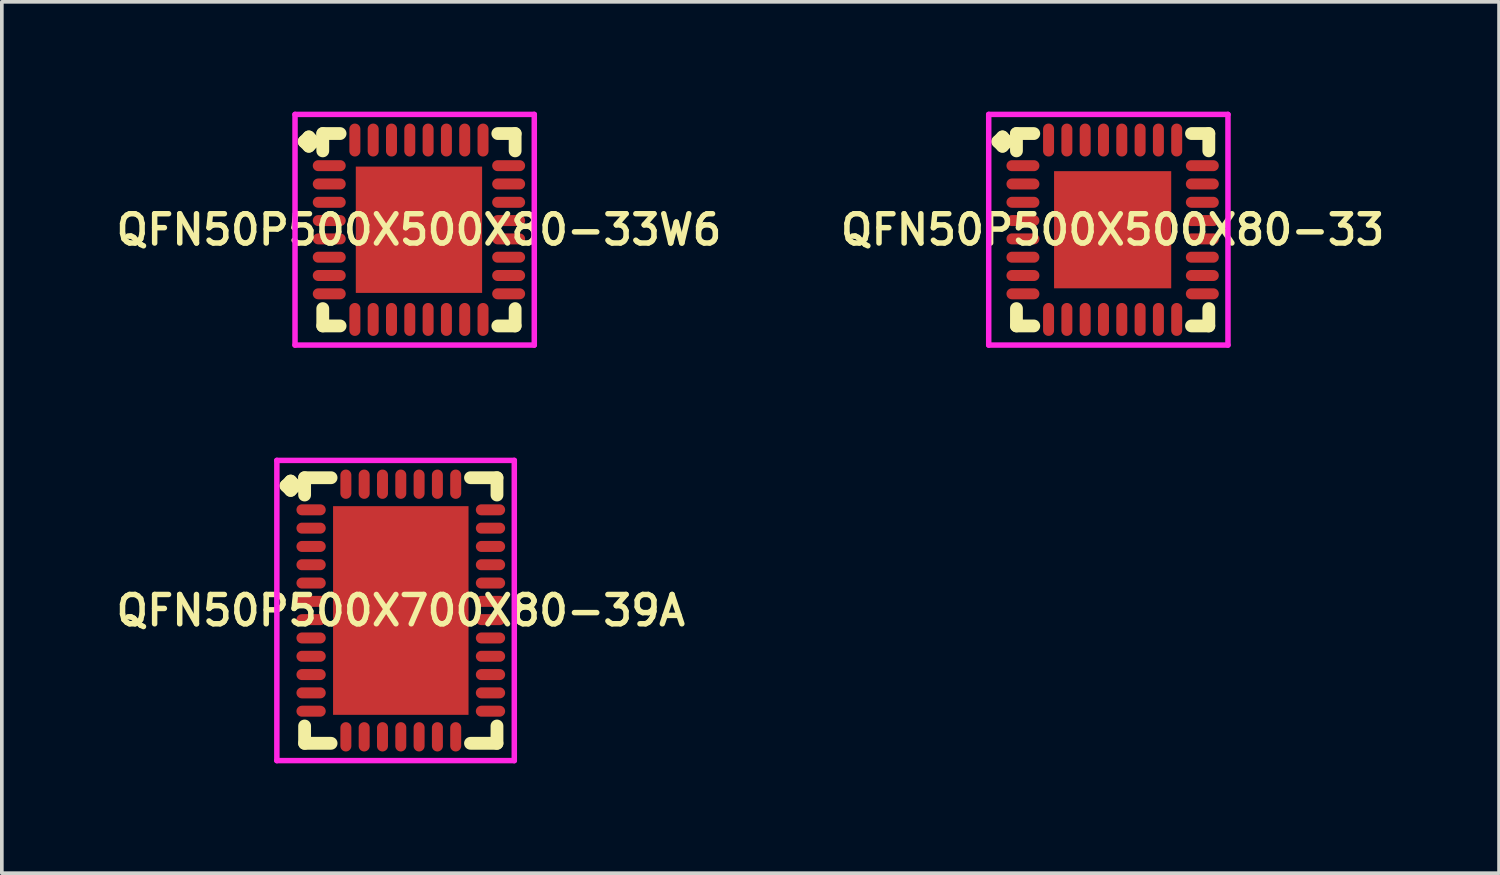
<source format=kicad_pcb>
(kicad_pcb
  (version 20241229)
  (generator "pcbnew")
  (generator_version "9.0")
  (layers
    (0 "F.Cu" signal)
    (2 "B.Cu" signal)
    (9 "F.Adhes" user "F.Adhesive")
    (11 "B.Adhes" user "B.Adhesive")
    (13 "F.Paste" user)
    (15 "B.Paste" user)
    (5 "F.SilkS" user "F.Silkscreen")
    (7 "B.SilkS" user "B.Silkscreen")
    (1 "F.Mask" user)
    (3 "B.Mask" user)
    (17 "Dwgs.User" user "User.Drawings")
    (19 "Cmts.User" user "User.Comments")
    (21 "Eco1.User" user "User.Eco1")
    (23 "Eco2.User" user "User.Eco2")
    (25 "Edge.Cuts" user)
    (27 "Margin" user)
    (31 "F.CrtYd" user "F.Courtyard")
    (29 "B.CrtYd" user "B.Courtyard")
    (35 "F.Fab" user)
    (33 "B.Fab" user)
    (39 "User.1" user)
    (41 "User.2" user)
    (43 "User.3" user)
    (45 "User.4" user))
  (footprint "QFN50P500X700X80-39A"
    (layer "F.Cu")
    (at 7.897 13.625)
    (property "Reference" "QFN50P500X700X80-39A" (at 0 0 0) (layer "F.SilkS") (effects (font (size 0.8 0.8) (thickness 0.15))))
    (attr smd)
    (fp_line (start -3.135 -3.408) (end -3.008 -3.535) (stroke (width 0.35) (type solid)) (layer "F.SilkS"))
    (fp_line (start -3.008 -3.535) (end -2.881 -3.408) (stroke (width 0.35) (type solid)) (layer "F.SilkS"))
    (fp_line (start -3.008 -3.281) (end -3.135 -3.408) (stroke (width 0.35) (type solid)) (layer "F.SilkS"))
    (fp_line (start -2.881 -3.408) (end -3.008 -3.281) (stroke (width 0.35) (type solid)) (layer "F.SilkS"))
    (fp_line (start -2.627 -3.627) (end -1.904 -3.627) (stroke (width 0.35) (type solid)) (layer "F.SilkS"))
    (fp_line (start -2.627 -3.154) (end -2.627 -3.627) (stroke (width 0.35) (type solid)) (layer "F.SilkS"))
    (fp_line (start -2.627 3.154) (end -2.627 3.627) (stroke (width 0.35) (type solid)) (layer "F.SilkS"))
    (fp_line (start -2.627 3.627) (end -1.904 3.627) (stroke (width 0.35) (type solid)) (layer "F.SilkS"))
    (fp_line (start 1.904 -3.627) (end 2.627 -3.627) (stroke (width 0.35) (type solid)) (layer "F.SilkS"))
    (fp_line (start 1.904 3.627) (end 2.627 3.627) (stroke (width 0.35) (type solid)) (layer "F.SilkS"))
    (fp_line (start 2.627 -3.627) (end 2.627 -3.154) (stroke (width 0.35) (type solid)) (layer "F.SilkS"))
    (fp_line (start 2.627 3.627) (end 2.627 3.154) (stroke (width 0.35) (type solid)) (layer "F.SilkS"))
    (fp_line (start -3.385 -4.1) (end 3.1 -4.1) (stroke (width 0.15) (type solid)) (layer "F.CrtYd"))
    (fp_line (start -3.385 4.1) (end -3.385 -4.1) (stroke (width 0.15) (type solid)) (layer "F.CrtYd"))
    (fp_line (start 3.1 -4.1) (end 3.1 4.1) (stroke (width 0.15) (type solid)) (layer "F.CrtYd"))
    (fp_line (start 3.1 4.1) (end -3.385 4.1) (stroke (width 0.15) (type solid)) (layer "F.CrtYd"))
    (pad "1" smd oval (at -2.45 -2.75) (size 0.8 0.3) (layers "F.Cu" "F.Mask" "F.Paste"))
    (pad "2" smd oval (at -2.45 -2.25) (size 0.8 0.3) (layers "F.Cu" "F.Mask" "F.Paste"))
    (pad "3" smd oval (at -2.45 -1.75) (size 0.8 0.3) (layers "F.Cu" "F.Mask" "F.Paste"))
    (pad "4" smd oval (at -2.45 -1.25) (size 0.8 0.3) (layers "F.Cu" "F.Mask" "F.Paste"))
    (pad "5" smd oval (at -2.45 -0.75) (size 0.8 0.3) (layers "F.Cu" "F.Mask" "F.Paste"))
    (pad "6" smd oval (at -2.45 -0.25) (size 0.8 0.3) (layers "F.Cu" "F.Mask" "F.Paste"))
    (pad "7" smd oval (at -2.45 0.25) (size 0.8 0.3) (layers "F.Cu" "F.Mask" "F.Paste"))
    (pad "8" smd oval (at -2.45 0.75) (size 0.8 0.3) (layers "F.Cu" "F.Mask" "F.Paste"))
    (pad "9" smd oval (at -2.45 1.25) (size 0.8 0.3) (layers "F.Cu" "F.Mask" "F.Paste"))
    (pad "10" smd oval (at -2.45 1.75) (size 0.8 0.3) (layers "F.Cu" "F.Mask" "F.Paste"))
    (pad "11" smd oval (at -2.45 2.25) (size 0.8 0.3) (layers "F.Cu" "F.Mask" "F.Paste"))
    (pad "12" smd oval (at -2.45 2.75) (size 0.8 0.3) (layers "F.Cu" "F.Mask" "F.Paste"))
    (pad "13" smd oval (at -1.5 3.45) (size 0.3 0.8) (layers "F.Cu" "F.Mask" "F.Paste"))
    (pad "14" smd oval (at -1 3.45) (size 0.3 0.8) (layers "F.Cu" "F.Mask" "F.Paste"))
    (pad "15" smd oval (at -0.5 3.45) (size 0.3 0.8) (layers "F.Cu" "F.Mask" "F.Paste"))
    (pad "16" smd oval (at 0 3.45) (size 0.3 0.8) (layers "F.Cu" "F.Mask" "F.Paste"))
    (pad "17" smd oval (at 0.5 3.45) (size 0.3 0.8) (layers "F.Cu" "F.Mask" "F.Paste"))
    (pad "18" smd oval (at 1 3.45) (size 0.3 0.8) (layers "F.Cu" "F.Mask" "F.Paste"))
    (pad "19" smd oval (at 1.5 3.45) (size 0.3 0.8) (layers "F.Cu" "F.Mask" "F.Paste"))
    (pad "20" smd oval (at 2.45 2.75) (size 0.8 0.3) (layers "F.Cu" "F.Mask" "F.Paste"))
    (pad "21" smd oval (at 2.45 2.25) (size 0.8 0.3) (layers "F.Cu" "F.Mask" "F.Paste"))
    (pad "22" smd oval (at 2.45 1.75) (size 0.8 0.3) (layers "F.Cu" "F.Mask" "F.Paste"))
    (pad "23" smd oval (at 2.45 1.25) (size 0.8 0.3) (layers "F.Cu" "F.Mask" "F.Paste"))
    (pad "24" smd oval (at 2.45 0.75) (size 0.8 0.3) (layers "F.Cu" "F.Mask" "F.Paste"))
    (pad "25" smd oval (at 2.45 0.25) (size 0.8 0.3) (layers "F.Cu" "F.Mask" "F.Paste"))
    (pad "26" smd oval (at 2.45 -0.25) (size 0.8 0.3) (layers "F.Cu" "F.Mask" "F.Paste"))
    (pad "27" smd oval (at 2.45 -0.75) (size 0.8 0.3) (layers "F.Cu" "F.Mask" "F.Paste"))
    (pad "28" smd oval (at 2.45 -1.25) (size 0.8 0.3) (layers "F.Cu" "F.Mask" "F.Paste"))
    (pad "29" smd oval (at 2.45 -1.75) (size 0.8 0.3) (layers "F.Cu" "F.Mask" "F.Paste"))
    (pad "30" smd oval (at 2.45 -2.25) (size 0.8 0.3) (layers "F.Cu" "F.Mask" "F.Paste"))
    (pad "31" smd oval (at 2.45 -2.75) (size 0.8 0.3) (layers "F.Cu" "F.Mask" "F.Paste"))
    (pad "32" smd oval (at 1.5 -3.45) (size 0.3 0.8) (layers "F.Cu" "F.Mask" "F.Paste"))
    (pad "33" smd oval (at 1 -3.45) (size 0.3 0.8) (layers "F.Cu" "F.Mask" "F.Paste"))
    (pad "34" smd oval (at 0.5 -3.45) (size 0.3 0.8) (layers "F.Cu" "F.Mask" "F.Paste"))
    (pad "35" smd oval (at 0 -3.45) (size 0.3 0.8) (layers "F.Cu" "F.Mask" "F.Paste"))
    (pad "36" smd oval (at -0.5 -3.45) (size 0.3 0.8) (layers "F.Cu" "F.Mask" "F.Paste"))
    (pad "37" smd oval (at -1 -3.45) (size 0.3 0.8) (layers "F.Cu" "F.Mask" "F.Paste"))
    (pad "38" smd oval (at -1.5 -3.45) (size 0.3 0.8) (layers "F.Cu" "F.Mask" "F.Paste"))
    (pad "39" smd rect (at 0 0) (size 3.7 5.7) (layers "F.Cu" "F.Mask" "F.Paste")))
  (footprint "QFN50P500X500X80-33"
    (layer "F.Cu")
    (at 27.34 3.225)
    (property "Reference" "QFN50P500X500X80-33" (at 0 0 0) (layer "F.SilkS") (effects (font (size 0.8 0.8) (thickness 0.15))))
    (attr smd)
    (fp_line (start -3.135 -2.408) (end -3.008 -2.535) (stroke (width 0.35) (type solid)) (layer "F.SilkS"))
    (fp_line (start -3.008 -2.535) (end -2.881 -2.408) (stroke (width 0.35) (type solid)) (layer "F.SilkS"))
    (fp_line (start -3.008 -2.281) (end -3.135 -2.408) (stroke (width 0.35) (type solid)) (layer "F.SilkS"))
    (fp_line (start -2.881 -2.408) (end -3.008 -2.281) (stroke (width 0.35) (type solid)) (layer "F.SilkS"))
    (fp_line (start -2.627 -2.627) (end -2.154 -2.627) (stroke (width 0.35) (type solid)) (layer "F.SilkS"))
    (fp_line (start -2.627 -2.154) (end -2.627 -2.627) (stroke (width 0.35) (type solid)) (layer "F.SilkS"))
    (fp_line (start -2.627 2.154) (end -2.627 2.627) (stroke (width 0.35) (type solid)) (layer "F.SilkS"))
    (fp_line (start -2.627 2.627) (end -2.154 2.627) (stroke (width 0.35) (type solid)) (layer "F.SilkS"))
    (fp_line (start 2.154 -2.627) (end 2.627 -2.627) (stroke (width 0.35) (type solid)) (layer "F.SilkS"))
    (fp_line (start 2.154 2.627) (end 2.627 2.627) (stroke (width 0.35) (type solid)) (layer "F.SilkS"))
    (fp_line (start 2.627 -2.627) (end 2.627 -2.154) (stroke (width 0.35) (type solid)) (layer "F.SilkS"))
    (fp_line (start 2.627 2.627) (end 2.627 2.154) (stroke (width 0.35) (type solid)) (layer "F.SilkS"))
    (fp_line (start -3.385 -3.15) (end 3.15 -3.15) (stroke (width 0.15) (type solid)) (layer "F.CrtYd"))
    (fp_line (start -3.385 3.15) (end -3.385 -3.15) (stroke (width 0.15) (type solid)) (layer "F.CrtYd"))
    (fp_line (start 3.15 -3.15) (end 3.15 3.15) (stroke (width 0.15) (type solid)) (layer "F.CrtYd"))
    (fp_line (start 3.15 3.15) (end -3.385 3.15) (stroke (width 0.15) (type solid)) (layer "F.CrtYd"))
    (pad "1" smd oval (at -2.45 -1.75) (size 0.9 0.3) (layers "F.Cu" "F.Mask" "F.Paste"))
    (pad "2" smd oval (at -2.45 -1.25) (size 0.9 0.3) (layers "F.Cu" "F.Mask" "F.Paste"))
    (pad "3" smd oval (at -2.45 -0.75) (size 0.9 0.3) (layers "F.Cu" "F.Mask" "F.Paste"))
    (pad "4" smd oval (at -2.45 -0.25) (size 0.9 0.3) (layers "F.Cu" "F.Mask" "F.Paste"))
    (pad "5" smd oval (at -2.45 0.25) (size 0.9 0.3) (layers "F.Cu" "F.Mask" "F.Paste"))
    (pad "6" smd oval (at -2.45 0.75) (size 0.9 0.3) (layers "F.Cu" "F.Mask" "F.Paste"))
    (pad "7" smd oval (at -2.45 1.25) (size 0.9 0.3) (layers "F.Cu" "F.Mask" "F.Paste"))
    (pad "8" smd oval (at -2.45 1.75) (size 0.9 0.3) (layers "F.Cu" "F.Mask" "F.Paste"))
    (pad "9" smd oval (at -1.75 2.45) (size 0.3 0.9) (layers "F.Cu" "F.Mask" "F.Paste"))
    (pad "10" smd oval (at -1.25 2.45) (size 0.3 0.9) (layers "F.Cu" "F.Mask" "F.Paste"))
    (pad "11" smd oval (at -0.75 2.45) (size 0.3 0.9) (layers "F.Cu" "F.Mask" "F.Paste"))
    (pad "12" smd oval (at -0.25 2.45) (size 0.3 0.9) (layers "F.Cu" "F.Mask" "F.Paste"))
    (pad "13" smd oval (at 0.25 2.45) (size 0.3 0.9) (layers "F.Cu" "F.Mask" "F.Paste"))
    (pad "14" smd oval (at 0.75 2.45) (size 0.3 0.9) (layers "F.Cu" "F.Mask" "F.Paste"))
    (pad "15" smd oval (at 1.25 2.45) (size 0.3 0.9) (layers "F.Cu" "F.Mask" "F.Paste"))
    (pad "16" smd oval (at 1.75 2.45) (size 0.3 0.9) (layers "F.Cu" "F.Mask" "F.Paste"))
    (pad "17" smd oval (at 2.45 1.75) (size 0.9 0.3) (layers "F.Cu" "F.Mask" "F.Paste"))
    (pad "18" smd oval (at 2.45 1.25) (size 0.9 0.3) (layers "F.Cu" "F.Mask" "F.Paste"))
    (pad "19" smd oval (at 2.45 0.75) (size 0.9 0.3) (layers "F.Cu" "F.Mask" "F.Paste"))
    (pad "20" smd oval (at 2.45 0.25) (size 0.9 0.3) (layers "F.Cu" "F.Mask" "F.Paste"))
    (pad "21" smd oval (at 2.45 -0.25) (size 0.9 0.3) (layers "F.Cu" "F.Mask" "F.Paste"))
    (pad "22" smd oval (at 2.45 -0.75) (size 0.9 0.3) (layers "F.Cu" "F.Mask" "F.Paste"))
    (pad "23" smd oval (at 2.45 -1.25) (size 0.9 0.3) (layers "F.Cu" "F.Mask" "F.Paste"))
    (pad "24" smd oval (at 2.45 -1.75) (size 0.9 0.3) (layers "F.Cu" "F.Mask" "F.Paste"))
    (pad "25" smd oval (at 1.75 -2.45) (size 0.3 0.9) (layers "F.Cu" "F.Mask" "F.Paste"))
    (pad "26" smd oval (at 1.25 -2.45) (size 0.3 0.9) (layers "F.Cu" "F.Mask" "F.Paste"))
    (pad "27" smd oval (at 0.75 -2.45) (size 0.3 0.9) (layers "F.Cu" "F.Mask" "F.Paste"))
    (pad "28" smd oval (at 0.25 -2.45) (size 0.3 0.9) (layers "F.Cu" "F.Mask" "F.Paste"))
    (pad "29" smd oval (at -0.25 -2.45) (size 0.3 0.9) (layers "F.Cu" "F.Mask" "F.Paste"))
    (pad "30" smd oval (at -0.75 -2.45) (size 0.3 0.9) (layers "F.Cu" "F.Mask" "F.Paste"))
    (pad "31" smd oval (at -1.25 -2.45) (size 0.3 0.9) (layers "F.Cu" "F.Mask" "F.Paste"))
    (pad "32" smd oval (at -1.75 -2.45) (size 0.3 0.9) (layers "F.Cu" "F.Mask" "F.Paste"))
    (pad "33" smd rect (at 0 0) (size 3.2 3.2) (layers "F.Cu" "F.Mask" "F.Paste")))
  (footprint "QFN50P500X500X80-33W6"
    (layer "F.Cu")
    (at 8.393 3.225)
    (property "Reference" "QFN50P500X500X80-33W6" (at 0 0 0) (layer "F.SilkS") (effects (font (size 0.8 0.8) (thickness 0.15))))
    (attr smd)
    (fp_line (start -3.135 -2.408) (end -3.008 -2.535) (stroke (width 0.35) (type solid)) (layer "F.SilkS"))
    (fp_line (start -3.008 -2.535) (end -2.881 -2.408) (stroke (width 0.35) (type solid)) (layer "F.SilkS"))
    (fp_line (start -3.008 -2.281) (end -3.135 -2.408) (stroke (width 0.35) (type solid)) (layer "F.SilkS"))
    (fp_line (start -2.881 -2.408) (end -3.008 -2.281) (stroke (width 0.35) (type solid)) (layer "F.SilkS"))
    (fp_line (start -2.627 -2.627) (end -2.154 -2.627) (stroke (width 0.35) (type solid)) (layer "F.SilkS"))
    (fp_line (start -2.627 -2.154) (end -2.627 -2.627) (stroke (width 0.35) (type solid)) (layer "F.SilkS"))
    (fp_line (start -2.627 2.154) (end -2.627 2.627) (stroke (width 0.35) (type solid)) (layer "F.SilkS"))
    (fp_line (start -2.627 2.627) (end -2.154 2.627) (stroke (width 0.35) (type solid)) (layer "F.SilkS"))
    (fp_line (start 2.154 -2.627) (end 2.627 -2.627) (stroke (width 0.35) (type solid)) (layer "F.SilkS"))
    (fp_line (start 2.154 2.627) (end 2.627 2.627) (stroke (width 0.35) (type solid)) (layer "F.SilkS"))
    (fp_line (start 2.627 -2.627) (end 2.627 -2.154) (stroke (width 0.35) (type solid)) (layer "F.SilkS"))
    (fp_line (start 2.627 2.627) (end 2.627 2.154) (stroke (width 0.35) (type solid)) (layer "F.SilkS"))
    (fp_line (start -3.385 -3.15) (end 3.15 -3.15) (stroke (width 0.15) (type solid)) (layer "F.CrtYd"))
    (fp_line (start -3.385 3.15) (end -3.385 -3.15) (stroke (width 0.15) (type solid)) (layer "F.CrtYd"))
    (fp_line (start 3.15 -3.15) (end 3.15 3.15) (stroke (width 0.15) (type solid)) (layer "F.CrtYd"))
    (fp_line (start 3.15 3.15) (end -3.385 3.15) (stroke (width 0.15) (type solid)) (layer "F.CrtYd"))
    (pad "1" smd oval (at -2.45 -1.75) (size 0.9 0.3) (layers "F.Cu" "F.Mask" "F.Paste"))
    (pad "2" smd oval (at -2.45 -1.25) (size 0.9 0.3) (layers "F.Cu" "F.Mask" "F.Paste"))
    (pad "3" smd oval (at -2.45 -0.75) (size 0.9 0.3) (layers "F.Cu" "F.Mask" "F.Paste"))
    (pad "4" smd oval (at -2.45 -0.25) (size 0.9 0.3) (layers "F.Cu" "F.Mask" "F.Paste"))
    (pad "5" smd oval (at -2.45 0.25) (size 0.9 0.3) (layers "F.Cu" "F.Mask" "F.Paste"))
    (pad "6" smd oval (at -2.45 0.75) (size 0.9 0.3) (layers "F.Cu" "F.Mask" "F.Paste"))
    (pad "7" smd oval (at -2.45 1.25) (size 0.9 0.3) (layers "F.Cu" "F.Mask" "F.Paste"))
    (pad "8" smd oval (at -2.45 1.75) (size 0.9 0.3) (layers "F.Cu" "F.Mask" "F.Paste"))
    (pad "9" smd oval (at -1.75 2.45) (size 0.3 0.9) (layers "F.Cu" "F.Mask" "F.Paste"))
    (pad "10" smd oval (at -1.25 2.45) (size 0.3 0.9) (layers "F.Cu" "F.Mask" "F.Paste"))
    (pad "11" smd oval (at -0.75 2.45) (size 0.3 0.9) (layers "F.Cu" "F.Mask" "F.Paste"))
    (pad "12" smd oval (at -0.25 2.45) (size 0.3 0.9) (layers "F.Cu" "F.Mask" "F.Paste"))
    (pad "13" smd oval (at 0.25 2.45) (size 0.3 0.9) (layers "F.Cu" "F.Mask" "F.Paste"))
    (pad "14" smd oval (at 0.75 2.45) (size 0.3 0.9) (layers "F.Cu" "F.Mask" "F.Paste"))
    (pad "15" smd oval (at 1.25 2.45) (size 0.3 0.9) (layers "F.Cu" "F.Mask" "F.Paste"))
    (pad "16" smd oval (at 1.75 2.45) (size 0.3 0.9) (layers "F.Cu" "F.Mask" "F.Paste"))
    (pad "17" smd oval (at 2.45 1.75) (size 0.9 0.3) (layers "F.Cu" "F.Mask" "F.Paste"))
    (pad "18" smd oval (at 2.45 1.25) (size 0.9 0.3) (layers "F.Cu" "F.Mask" "F.Paste"))
    (pad "19" smd oval (at 2.45 0.75) (size 0.9 0.3) (layers "F.Cu" "F.Mask" "F.Paste"))
    (pad "20" smd oval (at 2.45 0.25) (size 0.9 0.3) (layers "F.Cu" "F.Mask" "F.Paste"))
    (pad "21" smd oval (at 2.45 -0.25) (size 0.9 0.3) (layers "F.Cu" "F.Mask" "F.Paste"))
    (pad "22" smd oval (at 2.45 -0.75) (size 0.9 0.3) (layers "F.Cu" "F.Mask" "F.Paste"))
    (pad "23" smd oval (at 2.45 -1.25) (size 0.9 0.3) (layers "F.Cu" "F.Mask" "F.Paste"))
    (pad "24" smd oval (at 2.45 -1.75) (size 0.9 0.3) (layers "F.Cu" "F.Mask" "F.Paste"))
    (pad "25" smd oval (at 1.75 -2.45) (size 0.3 0.9) (layers "F.Cu" "F.Mask" "F.Paste"))
    (pad "26" smd oval (at 1.25 -2.45) (size 0.3 0.9) (layers "F.Cu" "F.Mask" "F.Paste"))
    (pad "27" smd oval (at 0.75 -2.45) (size 0.3 0.9) (layers "F.Cu" "F.Mask" "F.Paste"))
    (pad "28" smd oval (at 0.25 -2.45) (size 0.3 0.9) (layers "F.Cu" "F.Mask" "F.Paste"))
    (pad "29" smd oval (at -0.25 -2.45) (size 0.3 0.9) (layers "F.Cu" "F.Mask" "F.Paste"))
    (pad "30" smd oval (at -0.75 -2.45) (size 0.3 0.9) (layers "F.Cu" "F.Mask" "F.Paste"))
    (pad "31" smd oval (at -1.25 -2.45) (size 0.3 0.9) (layers "F.Cu" "F.Mask" "F.Paste"))
    (pad "32" smd oval (at -1.75 -2.45) (size 0.3 0.9) (layers "F.Cu" "F.Mask" "F.Paste"))
    (pad "33" smd rect (at 0 0) (size 3.45 3.45) (layers "F.Cu" "F.Mask" "F.Paste")))
  (gr_rect
    (start -3 -3)
    (end 37.894 20.8)
    (stroke (width 0.1) (type default))
    (fill no)
    (layer "Edge.Cuts")))
</source>
